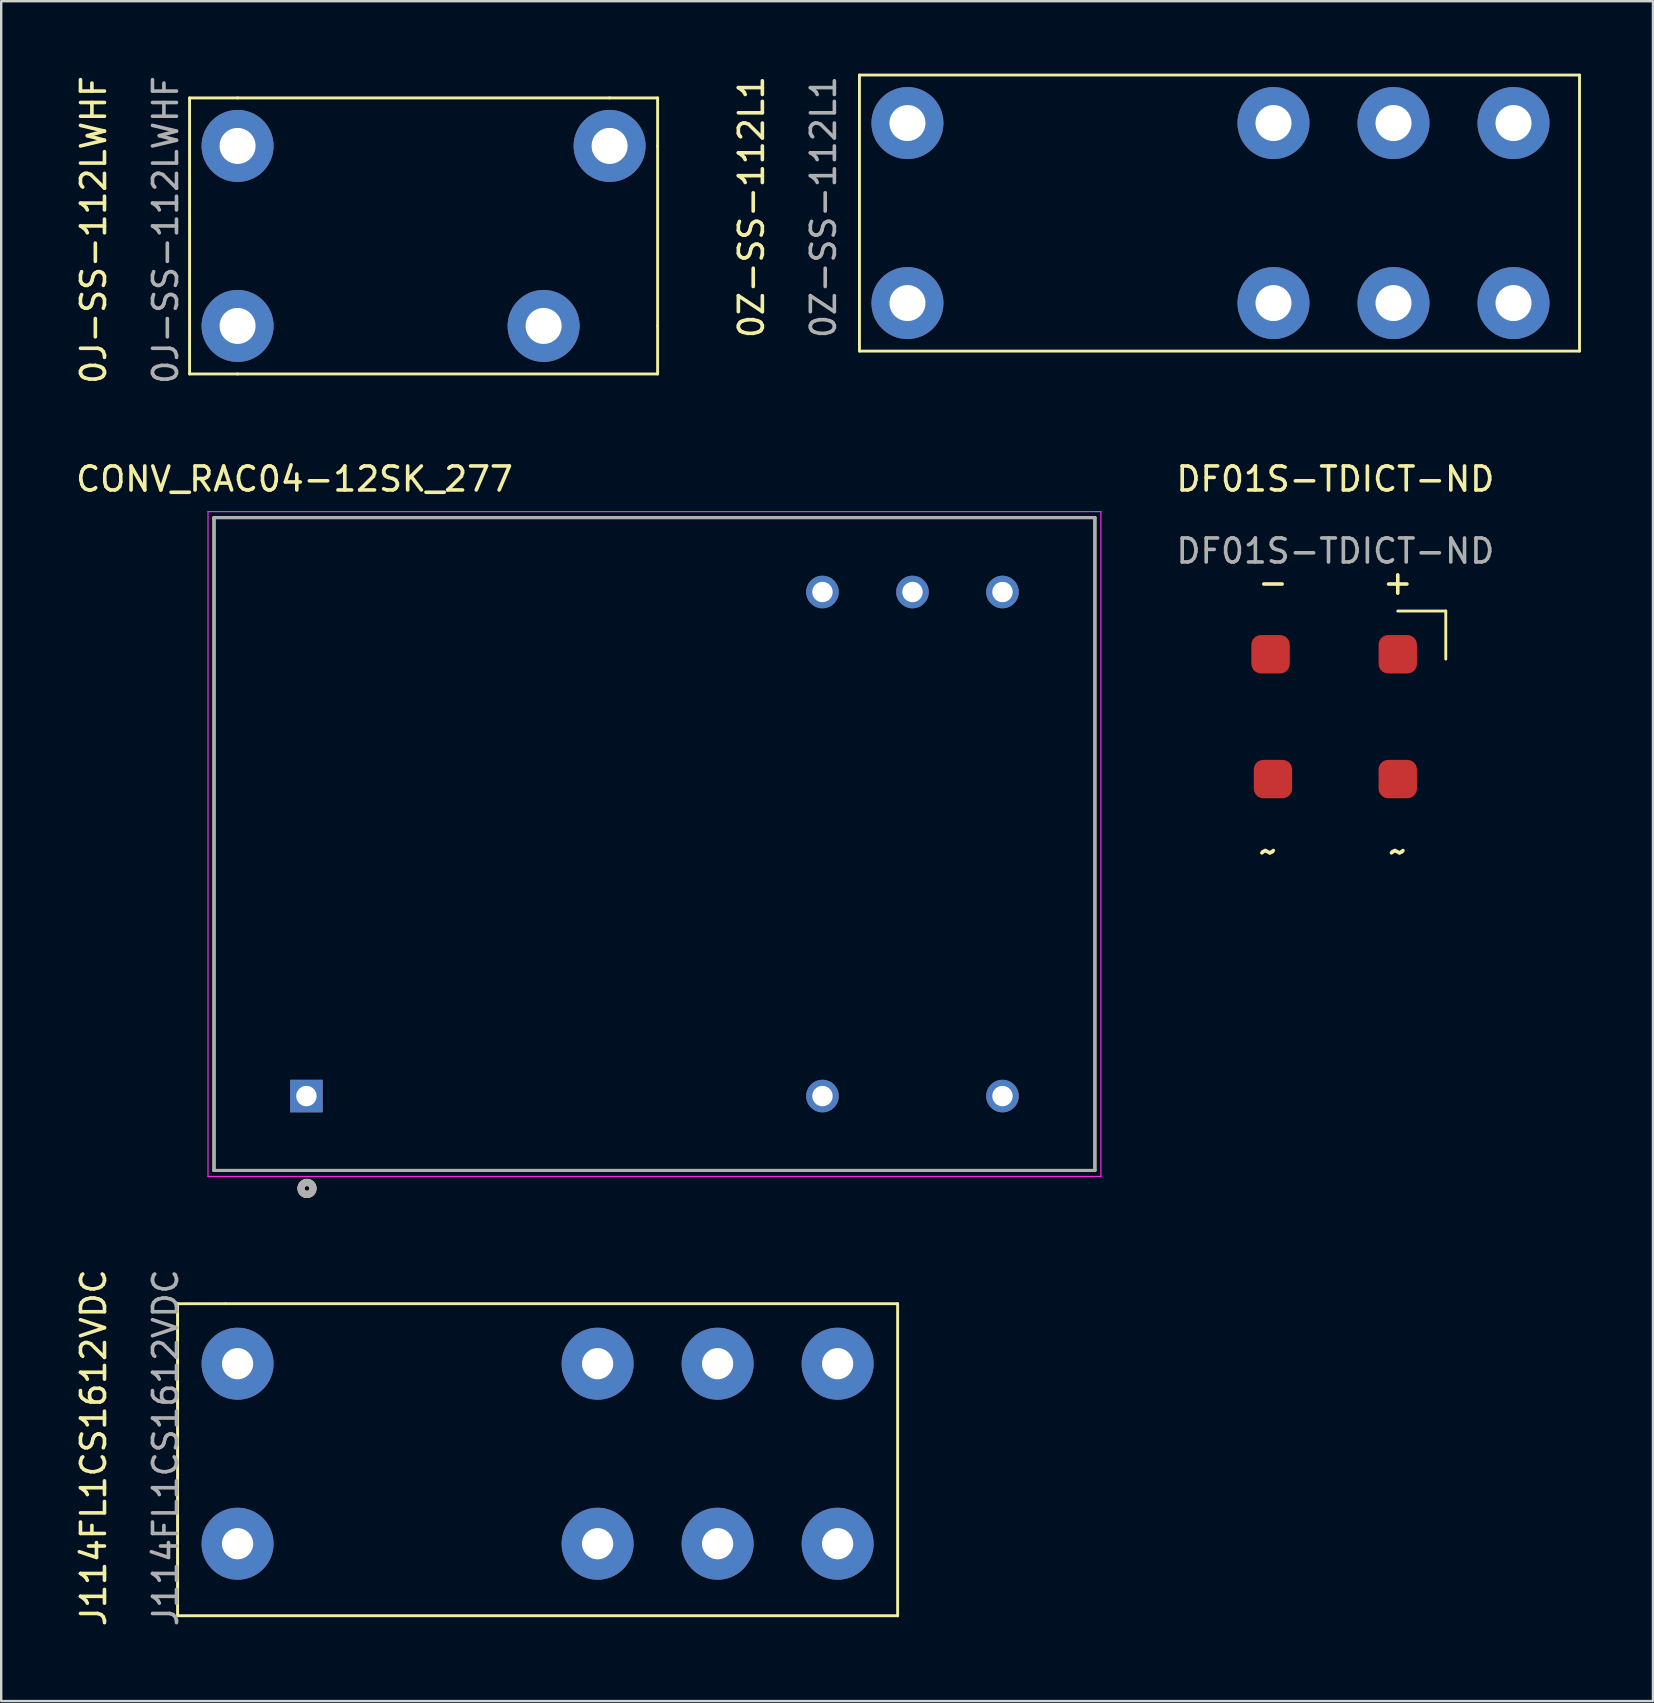
<source format=kicad_pcb>
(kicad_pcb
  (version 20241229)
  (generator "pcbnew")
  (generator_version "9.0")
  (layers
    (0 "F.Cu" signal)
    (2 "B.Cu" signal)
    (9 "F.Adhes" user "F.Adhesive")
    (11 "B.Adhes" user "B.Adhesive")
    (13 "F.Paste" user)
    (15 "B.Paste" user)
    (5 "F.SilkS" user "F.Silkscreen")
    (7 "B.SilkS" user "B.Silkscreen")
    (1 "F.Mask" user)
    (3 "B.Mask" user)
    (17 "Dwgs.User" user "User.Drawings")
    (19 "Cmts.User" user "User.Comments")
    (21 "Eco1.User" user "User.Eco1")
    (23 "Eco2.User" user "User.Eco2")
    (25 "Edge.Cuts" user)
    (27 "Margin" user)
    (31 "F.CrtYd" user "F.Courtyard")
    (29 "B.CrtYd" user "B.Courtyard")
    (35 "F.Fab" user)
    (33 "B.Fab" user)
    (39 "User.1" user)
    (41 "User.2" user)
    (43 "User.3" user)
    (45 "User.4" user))
  (footprint "DF01S-TDICT-ND"
    (layer "F.Cu")
    (at 52.585 27.008)
    (property "Reference" "DF01S-TDICT-ND" (at 0 -10.1 0) (unlocked yes) (layer "F.SilkS") (effects (font (size 1 1) (thickness 0.15))))
    (attr smd)
    (fp_line (start 2.6 -4.6) (end 4.6 -4.6) (stroke (width 0.12) (type solid)) (layer "F.SilkS"))
    (fp_line (start 4.6 -4.6) (end 4.6 -2.6) (stroke (width 0.12) (type solid)) (layer "F.SilkS"))
    (fp_text user "~" (at -2.8 5.4 0) (unlocked yes) (layer "F.SilkS") (effects (font (size 1 1) (thickness 0.15))))
    (fp_text user "-" (at -2.6 -5.8 0) (unlocked yes) (layer "F.SilkS") (effects (font (size 1 1) (thickness 0.15))))
    (fp_text user "~" (at 2.6 5.4 0) (unlocked yes) (layer "F.SilkS") (effects (font (size 1 1) (thickness 0.15))))
    (fp_text user "+" (at 2.6 -5.8 0) (unlocked yes) (layer "F.SilkS") (effects (font (size 1 1) (thickness 0.15))))
    (fp_text user "${REFERENCE}" (at 0 -7.1 0) (unlocked yes) (layer "F.Fab") (effects (font (size 1 1) (thickness 0.15))))
    (pad "1" smd roundrect (at 2.6 -2.8) (size 1.6 1.6) (layers "F.Cu" "F.Mask" "F.Paste") (roundrect_rratio 0.25))
    (pad "2" smd roundrect (at -2.7 -2.8) (size 1.6 1.6) (layers "F.Cu" "F.Mask" "F.Paste") (roundrect_rratio 0.25))
    (pad "3" smd roundrect (at -2.6 2.4) (size 1.6 1.6) (layers "F.Cu" "F.Mask" "F.Paste") (roundrect_rratio 0.25))
    (pad "4" smd roundrect (at 2.6 2.4) (size 1.6 1.6) (layers "F.Cu" "F.Mask" "F.Paste") (roundrect_rratio 0.25)))
  (footprint "0Z-SS-112L1"
    (layer "F.Cu")
    (at 45.257 5.577)
    (property "Reference" "0Z-SS-112L1" (at -17 0 90) (unlocked yes) (layer "F.SilkS") (effects (font (size 1 1) (thickness 0.15))))
    (attr through_hole)
    (fp_line (start -12.5 -5.5) (end -12.5 6) (stroke (width 0.12) (type solid)) (layer "F.SilkS"))
    (fp_line (start -12.5 6) (end 17.5 6) (stroke (width 0.12) (type solid)) (layer "F.SilkS"))
    (fp_line (start 17.5 -5.5) (end -12.5 -5.5) (stroke (width 0.12) (type solid)) (layer "F.SilkS"))
    (fp_line (start 17.5 6) (end 17.5 -5.5) (stroke (width 0.12) (type solid)) (layer "F.SilkS"))
    (fp_text user "${REFERENCE}" (at -14 0 90) (unlocked yes) (layer "F.Fab") (effects (font (size 1 1) (thickness 0.15))))
    (pad "1" thru_hole circle (at -10.5 -3.5) (size 3 3) (drill 1.5) (layers "*.Cu" "*.Mask"))
    (pad "3" thru_hole circle (at 4.75 -3.5) (size 3 3) (drill 1.5) (layers "*.Cu" "*.Mask"))
    (pad "4" thru_hole circle (at 9.75 -3.5) (size 3 3) (drill 1.5) (layers "*.Cu" "*.Mask"))
    (pad "5" thru_hole circle (at 14.75 -3.5) (size 3 3) (drill 1.5) (layers "*.Cu" "*.Mask"))
    (pad "8" thru_hole circle (at 14.75 4) (size 3 3) (drill 1.5) (layers "*.Cu" "*.Mask"))
    (pad "9" thru_hole circle (at 9.75 4) (size 3 3) (drill 1.5) (layers "*.Cu" "*.Mask"))
    (pad "10" thru_hole circle (at 4.75 4) (size 3 3) (drill 1.5) (layers "*.Cu" "*.Mask"))
    (pad "12" thru_hole circle (at -10.5 4) (size 3 3) (drill 1.5) (layers "*.Cu" "*.Mask")))
  (footprint "0J-SS-112LWHF"
    (layer "F.Cu")
    (at 14.848 6.53)
    (property "Reference" "0J-SS-112LWHF" (at -14 0 90) (unlocked yes) (layer "F.SilkS") (effects (font (size 1 1) (thickness 0.15))))
    (attr through_hole)
    (fp_line (start -10 -5.5) (end -8 -5.5) (stroke (width 0.12) (type solid)) (layer "F.SilkS"))
    (fp_line (start -10 6) (end -10 -5.5) (stroke (width 0.12) (type solid)) (layer "F.SilkS"))
    (fp_line (start -8 -5.5) (end 7.5 -5.5) (stroke (width 0.12) (type solid)) (layer "F.SilkS"))
    (fp_line (start -8 6) (end -10 6) (stroke (width 0.12) (type solid)) (layer "F.SilkS"))
    (fp_line (start 7.5 -5.5) (end 9.5 -5.5) (stroke (width 0.12) (type solid)) (layer "F.SilkS"))
    (fp_line (start 9.5 -5.5) (end 9.5 -3.5) (stroke (width 0.12) (type solid)) (layer "F.SilkS"))
    (fp_line (start 9.5 -3.5) (end 9.5 4) (stroke (width 0.12) (type solid)) (layer "F.SilkS"))
    (fp_line (start 9.5 4) (end 9.5 6) (stroke (width 0.12) (type solid)) (layer "F.SilkS"))
    (fp_line (start 9.5 6) (end -8 6) (stroke (width 0.12) (type solid)) (layer "F.SilkS"))
    (fp_text user "${REFERENCE}" (at -11 0 90) (unlocked yes) (layer "F.Fab") (effects (font (size 1 1) (thickness 0.15))))
    (pad "1" thru_hole circle (at 4.75 4) (size 3 3) (drill 1.5) (layers "*.Cu" "*.Mask"))
    (pad "2" thru_hole circle (at -8 -3.5) (size 3 3) (drill 1.5) (layers "*.Cu" "*.Mask"))
    (pad "6" thru_hole circle (at -8 4) (size 3 3) (drill 1.5) (layers "*.Cu" "*.Mask"))
    (pad "7" thru_hole circle (at 7.5 -3.5) (size 3 3) (drill 1.5) (layers "*.Cu" "*.Mask")))
  (footprint "CONV_RAC04-12SK_277"
    (layer "F.Cu")
    (at 24.216 32.115)
    (property "Reference" "CONV_RAC04-12SK_277" (at -14.996 -15.207 0) (layer "F.SilkS") (effects (font (size 1 1) (thickness 0.15))))
    (attr through_hole)
    (fp_line (start -18.35 -13.6) (end -18.35 13.6) (stroke (width 0.127) (type solid)) (layer "F.SilkS"))
    (fp_line (start -18.35 13.6) (end 18.35 13.6) (stroke (width 0.127) (type solid)) (layer "F.SilkS"))
    (fp_line (start 18.35 -13.6) (end -18.35 -13.6) (stroke (width 0.127) (type solid)) (layer "F.SilkS"))
    (fp_line (start 18.35 13.6) (end 18.35 -13.6) (stroke (width 0.127) (type solid)) (layer "F.SilkS"))
    (fp_circle (center -14.476 14.348) (end -14.376 14.348) (stroke (width 0.3) (type solid)) (fill no) (layer "F.SilkS"))
    (fp_line (start -18.6 -13.85) (end -18.6 13.85) (stroke (width 0.05) (type solid)) (layer "F.CrtYd"))
    (fp_line (start -18.6 13.85) (end 18.6 13.85) (stroke (width 0.05) (type solid)) (layer "F.CrtYd"))
    (fp_line (start 18.6 -13.85) (end -18.6 -13.85) (stroke (width 0.05) (type solid)) (layer "F.CrtYd"))
    (fp_line (start 18.6 13.85) (end 18.6 -13.85) (stroke (width 0.05) (type solid)) (layer "F.CrtYd"))
    (fp_line (start -18.35 -13.6) (end -18.35 13.6) (stroke (width 0.127) (type solid)) (layer "F.Fab"))
    (fp_line (start -18.35 13.6) (end 18.35 13.6) (stroke (width 0.127) (type solid)) (layer "F.Fab"))
    (fp_line (start 18.35 -13.6) (end -18.35 -13.6) (stroke (width 0.127) (type solid)) (layer "F.Fab"))
    (fp_line (start 18.35 13.6) (end 18.35 -13.6) (stroke (width 0.127) (type solid)) (layer "F.Fab"))
    (fp_circle (center -14.476 14.348) (end -14.376 14.348) (stroke (width 0.3) (type solid)) (fill no) (layer "F.Fab"))
    (pad "1" thru_hole rect (at -14.5 10.5) (size 1.358 1.358) (drill 0.85) (layers "*.Cu" "*.Mask"))
    (pad "2" thru_hole circle (at 7 10.5) (size 1.358 1.358) (drill 0.85) (layers "*.Cu" "*.Mask"))
    (pad "3" thru_hole circle (at 14.5 10.5) (size 1.358 1.358) (drill 0.85) (layers "*.Cu" "*.Mask"))
    (pad "4" thru_hole circle (at 14.5 -10.5) (size 1.358 1.358) (drill 0.85) (layers "*.Cu" "*.Mask"))
    (pad "5" thru_hole circle (at 10.75 -10.5) (size 1.358 1.358) (drill 0.85) (layers "*.Cu" "*.Mask"))
    (pad "6" thru_hole circle (at 7 -10.5) (size 1.358 1.358) (drill 0.85) (layers "*.Cu" "*.Mask")))
  (footprint "J114FL1CS1612VDC"
    (layer "F.Cu")
    (at 16.348 57.266)
    (property "Reference" "J114FL1CS1612VDC" (at -15.5 0 90) (unlocked yes) (layer "F.SilkS") (effects (font (size 1 1) (thickness 0.15))))
    (attr through_hole)
    (fp_line (start -12 -6) (end -10 -6) (stroke (width 0.12) (type solid)) (layer "F.SilkS"))
    (fp_line (start -12 7) (end -12 -6) (stroke (width 0.12) (type solid)) (layer "F.SilkS"))
    (fp_line (start -10 -6) (end 18 -6) (stroke (width 0.12) (type solid)) (layer "F.SilkS"))
    (fp_line (start 18 -6) (end 18 7) (stroke (width 0.12) (type solid)) (layer "F.SilkS"))
    (fp_line (start 18 7) (end -12 7) (stroke (width 0.12) (type solid)) (layer "F.SilkS"))
    (fp_text user "${REFERENCE}" (at -12.5 0 90) (unlocked yes) (layer "F.Fab") (effects (font (size 1 1) (thickness 0.15))))
    (pad "1" thru_hole circle (at -9.5 -3.5) (size 3 3) (drill 1.3) (layers "*.Cu" "*.Mask"))
    (pad "3" thru_hole circle (at 5.5 -3.5) (size 3 3) (drill 1.3) (layers "*.Cu" "*.Mask"))
    (pad "4" thru_hole circle (at 10.5 -3.5) (size 3 3) (drill 1.3) (layers "*.Cu" "*.Mask"))
    (pad "5" thru_hole circle (at 15.5 -3.5) (size 3 3) (drill 1.3) (layers "*.Cu" "*.Mask"))
    (pad "8" thru_hole circle (at 15.5 4) (size 3 3) (drill 1.3) (layers "*.Cu" "*.Mask"))
    (pad "9" thru_hole circle (at 10.5 4) (size 3 3) (drill 1.3) (layers "*.Cu" "*.Mask"))
    (pad "10" thru_hole circle (at 5.5 4) (size 3 3) (drill 1.3) (layers "*.Cu" "*.Mask"))
    (pad "12" thru_hole circle (at -9.5 4) (size 3 3) (drill 1.3) (layers "*.Cu" "*.Mask")))
  (gr_rect
    (start -3 -3)
    (end 65.817 67.82)
    (stroke (width 0.1) (type default))
    (fill no)
    (layer "Edge.Cuts")))
</source>
